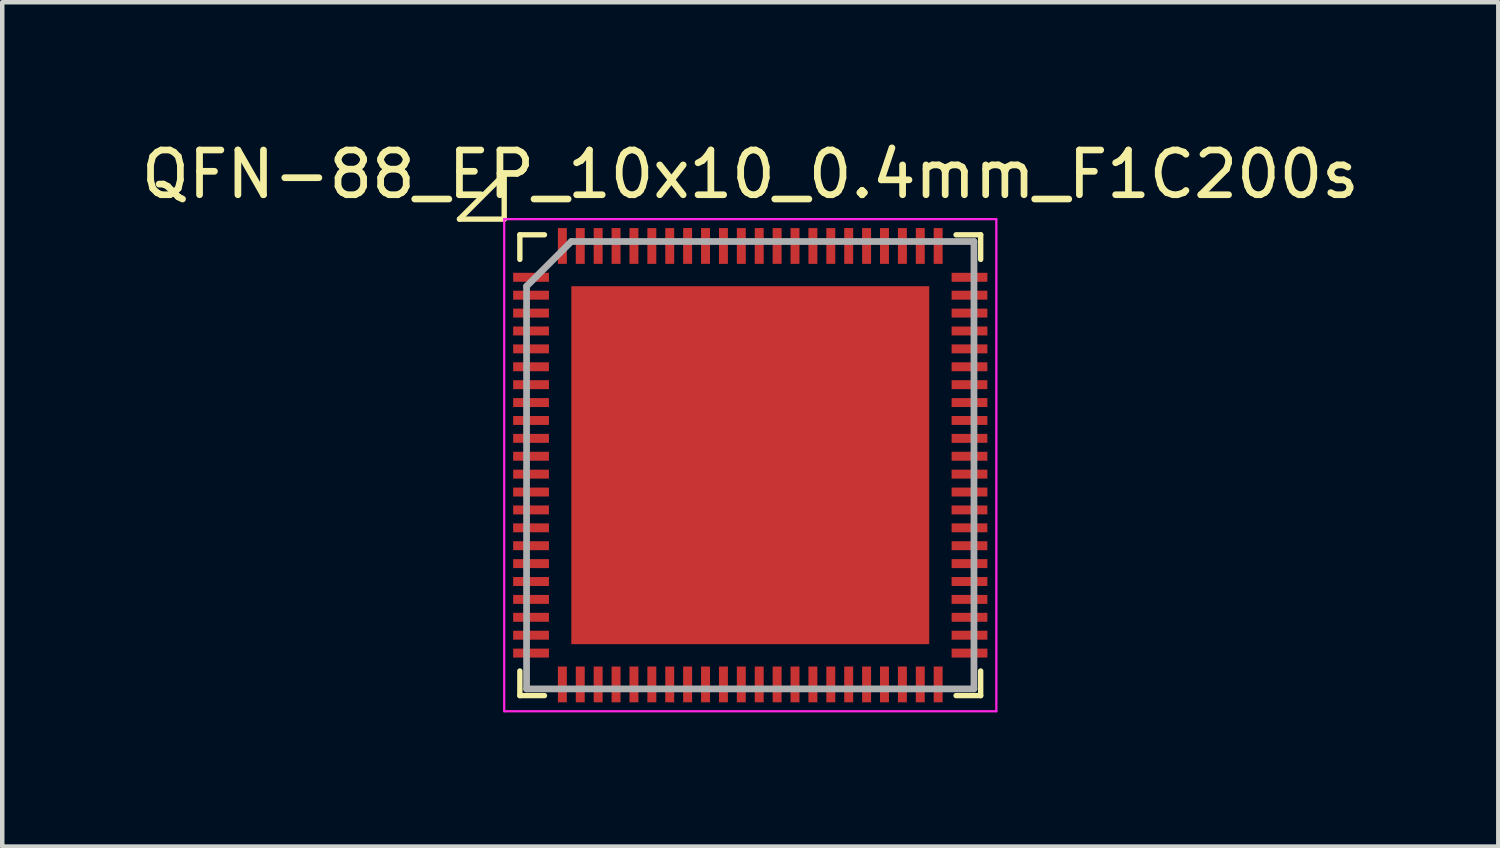
<source format=kicad_pcb>
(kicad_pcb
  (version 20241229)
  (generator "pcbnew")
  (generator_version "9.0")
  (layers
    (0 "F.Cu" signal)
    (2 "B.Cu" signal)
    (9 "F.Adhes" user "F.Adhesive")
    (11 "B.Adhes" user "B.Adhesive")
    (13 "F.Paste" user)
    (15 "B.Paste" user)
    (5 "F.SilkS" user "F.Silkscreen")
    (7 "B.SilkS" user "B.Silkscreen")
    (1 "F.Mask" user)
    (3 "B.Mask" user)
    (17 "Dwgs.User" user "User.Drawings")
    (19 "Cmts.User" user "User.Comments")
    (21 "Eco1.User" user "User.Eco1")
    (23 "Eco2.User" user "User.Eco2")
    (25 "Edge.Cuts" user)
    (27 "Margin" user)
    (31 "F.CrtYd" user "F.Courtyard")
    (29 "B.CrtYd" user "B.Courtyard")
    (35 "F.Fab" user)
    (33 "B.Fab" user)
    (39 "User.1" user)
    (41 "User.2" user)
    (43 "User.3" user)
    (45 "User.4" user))
  (footprint "QFN-88_EP_10x10_0.4mm_F1C200s"
    (layer "F.Cu")
    (at 13.72 7.348)
    (property "Reference" "QFN-88_EP_10x10_0.4mm_F1C200s" (at 0 -6.5 0) (layer "F.SilkS") (effects (font (size 1 1) (thickness 0.15))))
    (attr smd)
    (fp_line (start -6.5 -5.5) (end -5.5 -6.5) (stroke (width 0.12) (type default)) (layer "F.SilkS"))
    (fp_line (start -5.5 -6.5) (end -5.5 -5.5) (stroke (width 0.12) (type default)) (layer "F.SilkS"))
    (fp_line (start -5.5 -5.5) (end -6.5 -5.5) (stroke (width 0.12) (type default)) (layer "F.SilkS"))
    (fp_line (start -5.15 -4.6) (end -5.15 -5.15) (stroke (width 0.12) (type solid)) (layer "F.SilkS"))
    (fp_line (start -5.15 5.15) (end -5.15 4.6) (stroke (width 0.12) (type solid)) (layer "F.SilkS"))
    (fp_line (start -4.6 -5.15) (end -5.15 -5.15) (stroke (width 0.12) (type solid)) (layer "F.SilkS"))
    (fp_line (start -4.6 5.15) (end -5.15 5.15) (stroke (width 0.12) (type solid)) (layer "F.SilkS"))
    (fp_line (start 4.6 -5.15) (end 5.15 -5.15) (stroke (width 0.12) (type solid)) (layer "F.SilkS"))
    (fp_line (start 4.6 5.15) (end 5.15 5.15) (stroke (width 0.12) (type solid)) (layer "F.SilkS"))
    (fp_line (start 5.15 -5.15) (end 5.15 -4.6) (stroke (width 0.12) (type solid)) (layer "F.SilkS"))
    (fp_line (start 5.15 5.15) (end 5.15 4.6) (stroke (width 0.12) (type solid)) (layer "F.SilkS"))
    (fp_line (start -5.5 -5.5) (end 5.5 -5.5) (stroke (width 0.05) (type solid)) (layer "F.CrtYd"))
    (fp_line (start -5.5 5.5) (end -5.5 -5.5) (stroke (width 0.05) (type solid)) (layer "F.CrtYd"))
    (fp_line (start 5.5 -5.5) (end 5.5 5.5) (stroke (width 0.05) (type solid)) (layer "F.CrtYd"))
    (fp_line (start 5.5 5.5) (end -5.5 5.5) (stroke (width 0.05) (type solid)) (layer "F.CrtYd"))
    (fp_line (start -5 -4) (end -5 5) (stroke (width 0.15) (type solid)) (layer "F.Fab"))
    (fp_line (start -5 5) (end 5 5) (stroke (width 0.15) (type solid)) (layer "F.Fab"))
    (fp_line (start -4 -5) (end -5 -4) (stroke (width 0.15) (type solid)) (layer "F.Fab"))
    (fp_line (start 5 -5) (end -4 -5) (stroke (width 0.15) (type solid)) (layer "F.Fab"))
    (fp_line (start 5 5) (end 5 -5) (stroke (width 0.15) (type solid)) (layer "F.Fab"))
    (pad "1" smd rect (at -4.9 -4.2 90) (size 0.2 0.8) (layers "F.Cu" "F.Mask" "F.Paste"))
    (pad "2" smd rect (at -4.9 -3.8 90) (size 0.2 0.8) (layers "F.Cu" "F.Mask" "F.Paste"))
    (pad "3" smd rect (at -4.9 -3.4 90) (size 0.2 0.8) (layers "F.Cu" "F.Mask" "F.Paste"))
    (pad "4" smd rect (at -4.9 -3 90) (size 0.2 0.8) (layers "F.Cu" "F.Mask" "F.Paste"))
    (pad "5" smd rect (at -4.9 -2.6 90) (size 0.2 0.8) (layers "F.Cu" "F.Mask" "F.Paste"))
    (pad "6" smd rect (at -4.9 -2.2 90) (size 0.2 0.8) (layers "F.Cu" "F.Mask" "F.Paste"))
    (pad "7" smd rect (at -4.9 -1.8 90) (size 0.2 0.8) (layers "F.Cu" "F.Mask" "F.Paste"))
    (pad "8" smd rect (at -4.9 -1.4 90) (size 0.2 0.8) (layers "F.Cu" "F.Mask" "F.Paste"))
    (pad "9" smd rect (at -4.9 -1 90) (size 0.2 0.8) (layers "F.Cu" "F.Mask" "F.Paste"))
    (pad "10" smd rect (at -4.9 -0.6 90) (size 0.2 0.8) (layers "F.Cu" "F.Mask" "F.Paste"))
    (pad "11" smd rect (at -4.9 -0.2 90) (size 0.2 0.8) (layers "F.Cu" "F.Mask" "F.Paste"))
    (pad "12" smd rect (at -4.9 0.2 90) (size 0.2 0.8) (layers "F.Cu" "F.Mask" "F.Paste"))
    (pad "13" smd rect (at -4.9 0.6 90) (size 0.2 0.8) (layers "F.Cu" "F.Mask" "F.Paste"))
    (pad "14" smd rect (at -4.9 1 90) (size 0.2 0.8) (layers "F.Cu" "F.Mask" "F.Paste"))
    (pad "15" smd rect (at -4.9 1.4 90) (size 0.2 0.8) (layers "F.Cu" "F.Mask" "F.Paste"))
    (pad "16" smd rect (at -4.9 1.8 90) (size 0.2 0.8) (layers "F.Cu" "F.Mask" "F.Paste"))
    (pad "17" smd rect (at -4.9 2.2 90) (size 0.2 0.8) (layers "F.Cu" "F.Mask" "F.Paste"))
    (pad "18" smd rect (at -4.9 2.6 90) (size 0.2 0.8) (layers "F.Cu" "F.Mask" "F.Paste"))
    (pad "19" smd rect (at -4.9 3 90) (size 0.2 0.8) (layers "F.Cu" "F.Mask" "F.Paste"))
    (pad "20" smd rect (at -4.9 3.4 90) (size 0.2 0.8) (layers "F.Cu" "F.Mask" "F.Paste"))
    (pad "21" smd rect (at -4.9 3.8 90) (size 0.2 0.8) (layers "F.Cu" "F.Mask" "F.Paste"))
    (pad "22" smd rect (at -4.9 4.2 90) (size 0.2 0.8) (layers "F.Cu" "F.Mask" "F.Paste"))
    (pad "23" smd rect (at -4.2 4.9) (size 0.2 0.8) (layers "F.Cu" "F.Mask" "F.Paste"))
    (pad "24" smd rect (at -3.8 4.9) (size 0.2 0.8) (layers "F.Cu" "F.Mask" "F.Paste"))
    (pad "25" smd rect (at -3.4 4.9) (size 0.2 0.8) (layers "F.Cu" "F.Mask" "F.Paste"))
    (pad "26" smd rect (at -3 4.9) (size 0.2 0.8) (layers "F.Cu" "F.Mask" "F.Paste"))
    (pad "27" smd rect (at -2.6 4.9) (size 0.2 0.8) (layers "F.Cu" "F.Mask" "F.Paste"))
    (pad "28" smd rect (at -2.2 4.9) (size 0.2 0.8) (layers "F.Cu" "F.Mask" "F.Paste"))
    (pad "29" smd rect (at -1.8 4.9) (size 0.2 0.8) (layers "F.Cu" "F.Mask" "F.Paste"))
    (pad "30" smd rect (at -1.4 4.9) (size 0.2 0.8) (layers "F.Cu" "F.Mask" "F.Paste"))
    (pad "31" smd rect (at -1 4.9) (size 0.2 0.8) (layers "F.Cu" "F.Mask" "F.Paste"))
    (pad "32" smd rect (at -0.6 4.9) (size 0.2 0.8) (layers "F.Cu" "F.Mask" "F.Paste"))
    (pad "33" smd rect (at -0.2 4.9) (size 0.2 0.8) (layers "F.Cu" "F.Mask" "F.Paste"))
    (pad "34" smd rect (at 0.2 4.9) (size 0.2 0.8) (layers "F.Cu" "F.Mask" "F.Paste"))
    (pad "35" smd rect (at 0.6 4.9) (size 0.2 0.8) (layers "F.Cu" "F.Mask" "F.Paste"))
    (pad "36" smd rect (at 1 4.9) (size 0.2 0.8) (layers "F.Cu" "F.Mask" "F.Paste"))
    (pad "37" smd rect (at 1.4 4.9) (size 0.2 0.8) (layers "F.Cu" "F.Mask" "F.Paste"))
    (pad "38" smd rect (at 1.8 4.9) (size 0.2 0.8) (layers "F.Cu" "F.Mask" "F.Paste"))
    (pad "39" smd rect (at 2.2 4.9) (size 0.2 0.8) (layers "F.Cu" "F.Mask" "F.Paste"))
    (pad "40" smd rect (at 2.6 4.9) (size 0.2 0.8) (layers "F.Cu" "F.Mask" "F.Paste"))
    (pad "41" smd rect (at 3 4.9) (size 0.2 0.8) (layers "F.Cu" "F.Mask" "F.Paste"))
    (pad "42" smd rect (at 3.4 4.9) (size 0.2 0.8) (layers "F.Cu" "F.Mask" "F.Paste"))
    (pad "43" smd rect (at 3.8 4.9) (size 0.2 0.8) (layers "F.Cu" "F.Mask" "F.Paste"))
    (pad "44" smd rect (at 4.2 4.9) (size 0.2 0.8) (layers "F.Cu" "F.Mask" "F.Paste"))
    (pad "45" smd rect (at 4.9 4.2 90) (size 0.2 0.8) (layers "F.Cu" "F.Mask" "F.Paste"))
    (pad "46" smd rect (at 4.9 3.8 90) (size 0.2 0.8) (layers "F.Cu" "F.Mask" "F.Paste"))
    (pad "47" smd rect (at 4.9 3.4 90) (size 0.2 0.8) (layers "F.Cu" "F.Mask" "F.Paste"))
    (pad "48" smd rect (at 4.9 3 90) (size 0.2 0.8) (layers "F.Cu" "F.Mask" "F.Paste"))
    (pad "49" smd rect (at 4.9 2.6 90) (size 0.2 0.8) (layers "F.Cu" "F.Mask" "F.Paste"))
    (pad "50" smd rect (at 4.9 2.2 90) (size 0.2 0.8) (layers "F.Cu" "F.Mask" "F.Paste"))
    (pad "51" smd rect (at 4.9 1.8 90) (size 0.2 0.8) (layers "F.Cu" "F.Mask" "F.Paste"))
    (pad "52" smd rect (at 4.9 1.4 90) (size 0.2 0.8) (layers "F.Cu" "F.Mask" "F.Paste"))
    (pad "53" smd rect (at 4.9 1 90) (size 0.2 0.8) (layers "F.Cu" "F.Mask" "F.Paste"))
    (pad "54" smd rect (at 4.9 0.6 90) (size 0.2 0.8) (layers "F.Cu" "F.Mask" "F.Paste"))
    (pad "55" smd rect (at 4.9 0.2 90) (size 0.2 0.8) (layers "F.Cu" "F.Mask" "F.Paste"))
    (pad "56" smd rect (at 4.9 -0.2 90) (size 0.2 0.8) (layers "F.Cu" "F.Mask" "F.Paste"))
    (pad "57" smd rect (at 4.9 -0.6 90) (size 0.2 0.8) (layers "F.Cu" "F.Mask" "F.Paste"))
    (pad "58" smd rect (at 4.9 -1 90) (size 0.2 0.8) (layers "F.Cu" "F.Mask" "F.Paste"))
    (pad "59" smd rect (at 4.9 -1.4 90) (size 0.2 0.8) (layers "F.Cu" "F.Mask" "F.Paste"))
    (pad "60" smd rect (at 4.9 -1.8 90) (size 0.2 0.8) (layers "F.Cu" "F.Mask" "F.Paste"))
    (pad "61" smd rect (at 4.9 -2.2 90) (size 0.2 0.8) (layers "F.Cu" "F.Mask" "F.Paste"))
    (pad "62" smd rect (at 4.9 -2.6 90) (size 0.2 0.8) (layers "F.Cu" "F.Mask" "F.Paste"))
    (pad "63" smd rect (at 4.9 -3 90) (size 0.2 0.8) (layers "F.Cu" "F.Mask" "F.Paste"))
    (pad "64" smd rect (at 4.9 -3.4 90) (size 0.2 0.8) (layers "F.Cu" "F.Mask" "F.Paste"))
    (pad "65" smd rect (at 4.9 -3.8 90) (size 0.2 0.8) (layers "F.Cu" "F.Mask" "F.Paste"))
    (pad "66" smd rect (at 4.9 -4.2 90) (size 0.2 0.8) (layers "F.Cu" "F.Mask" "F.Paste"))
    (pad "67" smd rect (at 4.2 -4.9) (size 0.2 0.8) (layers "F.Cu" "F.Mask" "F.Paste"))
    (pad "68" smd rect (at 3.8 -4.9) (size 0.2 0.8) (layers "F.Cu" "F.Mask" "F.Paste"))
    (pad "69" smd rect (at 3.4 -4.9) (size 0.2 0.8) (layers "F.Cu" "F.Mask" "F.Paste"))
    (pad "70" smd rect (at 3 -4.9) (size 0.2 0.8) (layers "F.Cu" "F.Mask" "F.Paste"))
    (pad "71" smd rect (at 2.6 -4.9) (size 0.2 0.8) (layers "F.Cu" "F.Mask" "F.Paste"))
    (pad "72" smd rect (at 2.2 -4.9) (size 0.2 0.8) (layers "F.Cu" "F.Mask" "F.Paste"))
    (pad "73" smd rect (at 1.8 -4.9) (size 0.2 0.8) (layers "F.Cu" "F.Mask" "F.Paste"))
    (pad "74" smd rect (at 1.4 -4.9) (size 0.2 0.8) (layers "F.Cu" "F.Mask" "F.Paste"))
    (pad "75" smd rect (at 1 -4.9) (size 0.2 0.8) (layers "F.Cu" "F.Mask" "F.Paste"))
    (pad "76" smd rect (at 0.6 -4.9) (size 0.2 0.8) (layers "F.Cu" "F.Mask" "F.Paste"))
    (pad "77" smd rect (at 0.2 -4.9) (size 0.2 0.8) (layers "F.Cu" "F.Mask" "F.Paste"))
    (pad "78" smd rect (at -0.2 -4.9) (size 0.2 0.8) (layers "F.Cu" "F.Mask" "F.Paste"))
    (pad "79" smd rect (at -0.6 -4.9) (size 0.2 0.8) (layers "F.Cu" "F.Mask" "F.Paste"))
    (pad "80" smd rect (at -1 -4.9) (size 0.2 0.8) (layers "F.Cu" "F.Mask" "F.Paste"))
    (pad "81" smd rect (at -1.4 -4.9) (size 0.2 0.8) (layers "F.Cu" "F.Mask" "F.Paste"))
    (pad "82" smd rect (at -1.8 -4.9) (size 0.2 0.8) (layers "F.Cu" "F.Mask" "F.Paste"))
    (pad "83" smd rect (at -2.2 -4.9) (size 0.2 0.8) (layers "F.Cu" "F.Mask" "F.Paste"))
    (pad "84" smd rect (at -2.6 -4.9) (size 0.2 0.8) (layers "F.Cu" "F.Mask" "F.Paste"))
    (pad "85" smd rect (at -3 -4.9) (size 0.2 0.8) (layers "F.Cu" "F.Mask" "F.Paste"))
    (pad "86" smd rect (at -3.4 -4.9) (size 0.2 0.8) (layers "F.Cu" "F.Mask" "F.Paste"))
    (pad "87" smd rect (at -3.8 -4.9) (size 0.2 0.8) (layers "F.Cu" "F.Mask" "F.Paste"))
    (pad "88" smd rect (at -4.2 -4.9) (size 0.2 0.8) (layers "F.Cu" "F.Mask" "F.Paste"))
    (pad "89" smd rect (at 0 0) (size 8 8) (layers "F.Cu" "F.Mask" "F.Paste")))
  (gr_rect
    (start -3 -3)
    (end 30.44 15.873)
    (stroke (width 0.1) (type default))
    (fill no)
    (layer "Edge.Cuts")))
</source>
